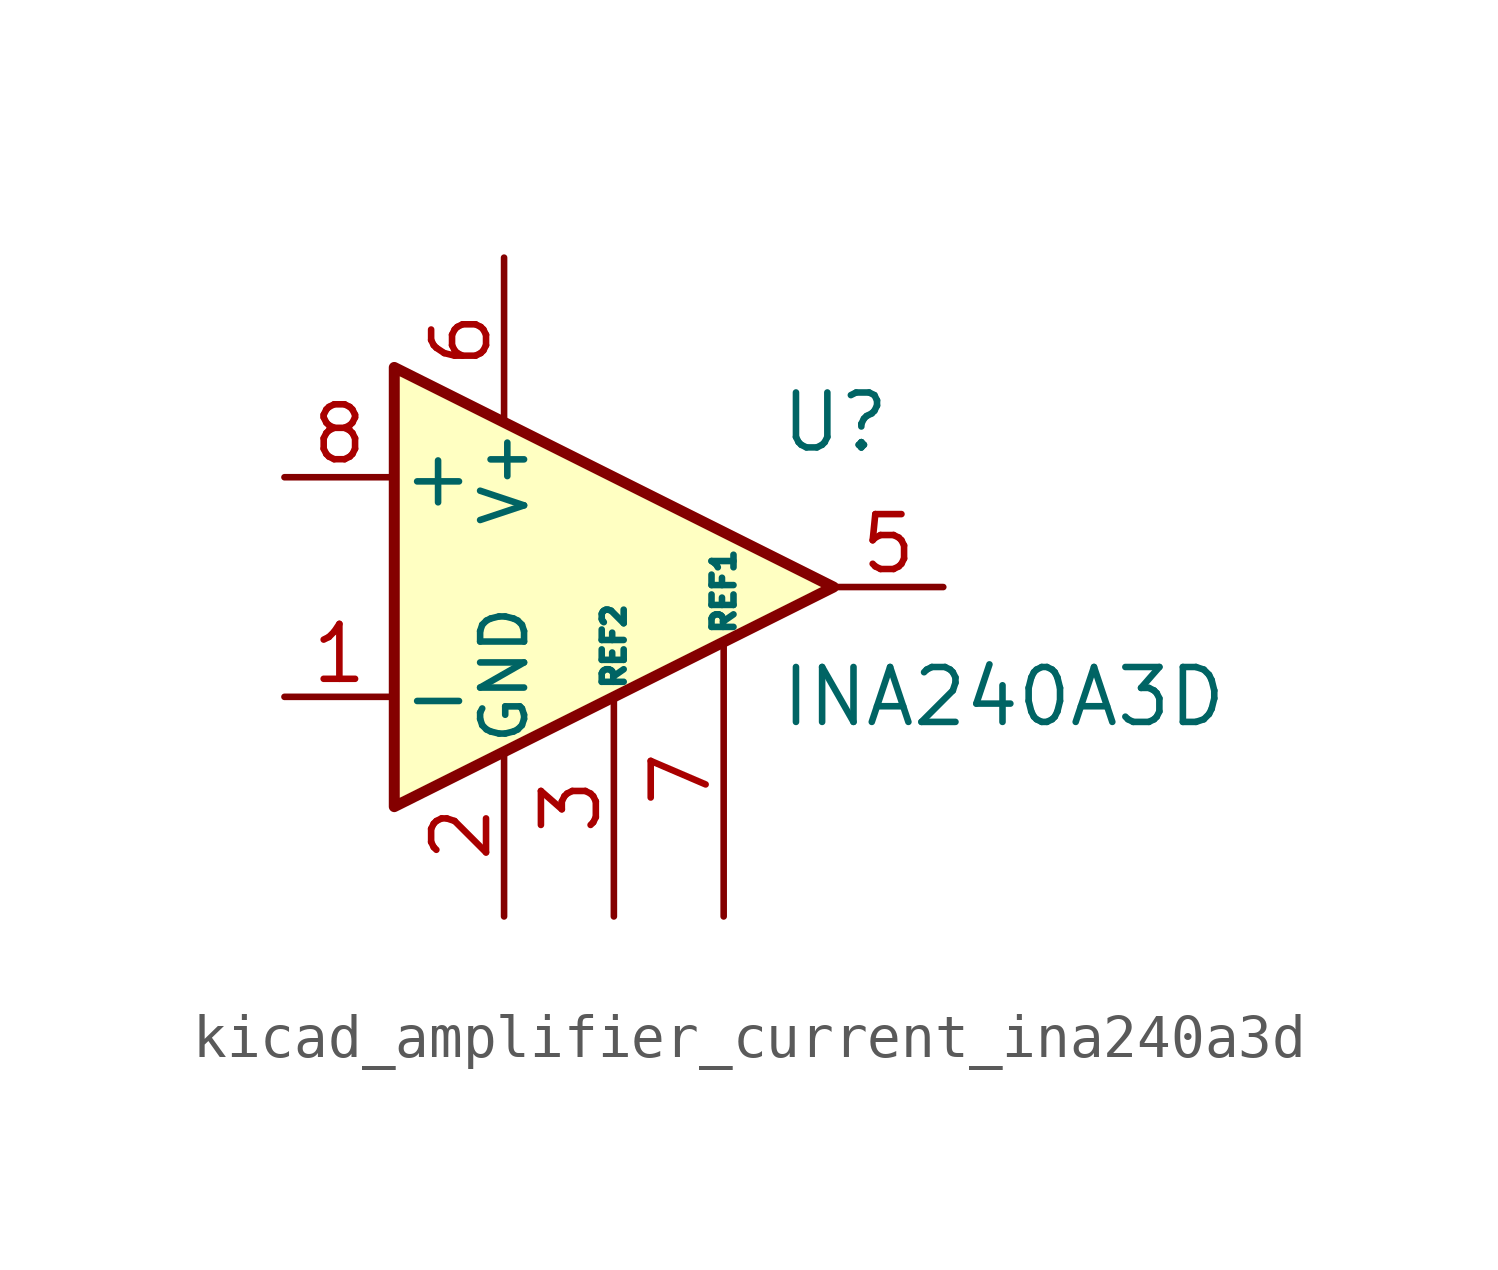
<source format=kicad_sym>
(kicad_symbol_lib
  (version 20220914)
  (generator kicad_symbol_editor)
  (symbol "kicad_amplifier_current_ina240a3d"
    (pin_names
      (offset 0.127))
    (property "Reference" "U"
      (at 3.81 3.81 0)
      (effects (font (size 1.27 1.27)) (justify left)))
    (property "Value" "INA240A3D"
      (at 3.81 -2.54 0)
      (effects (font (size 1.27 1.27)) (justify left)))
    (symbol "kicad_amplifier_current_ina240a3d_0_1"
      (polyline (pts (xy 5.08 0) (xy -5.08 5.08) (xy -5.08 -5.08) (xy 5.08 0)) (stroke (width 0.254) (type default)) (fill (type background))))
    (symbol "kicad_amplifier_current_ina240a3d_1_1"
      (pin input line (at -7.62 -2.54 0) (length 2.54) (name "-" (effects (font (size 1.27 1.27)))) (number "1" (effects (font (size 1.27 1.27)))))
      (pin power_in line (at -2.54 -7.62 90) (length 3.81) (name "GND" (effects (font (size 1.016 1.016)))) (number "2" (effects (font (size 1.27 1.27)))))
      (pin passive line (at 0 -7.62 90) (length 5.08) (name "REF2" (effects (font (size 0.508 0.508)))) (number "3" (effects (font (size 1.27 1.27)))))
      (pin passive line (at -2.54 -7.62 90) (length 3.81) hide (name "GND" (effects (font (size 1.016 1.016)))) (number "4" (effects (font (size 1.27 1.27)))))
      (pin output line (at 7.62 0 180) (length 2.54) (name "~" (effects (font (size 1.27 1.27)))) (number "5" (effects (font (size 1.27 1.27)))))
      (pin power_in line (at -2.54 7.62 270) (length 3.81) (name "V+" (effects (font (size 1.016 1.016)))) (number "6" (effects (font (size 1.27 1.27)))))
      (pin passive line (at 2.54 -7.62 90) (length 6.35) (name "REF1" (effects (font (size 0.508 0.508)))) (number "7" (effects (font (size 1.27 1.27)))))
      (pin input line (at -7.62 2.54 0) (length 2.54) (name "+" (effects (font (size 1.27 1.27)))) (number "8" (effects (font (size 1.27 1.27))))))))
</source>
